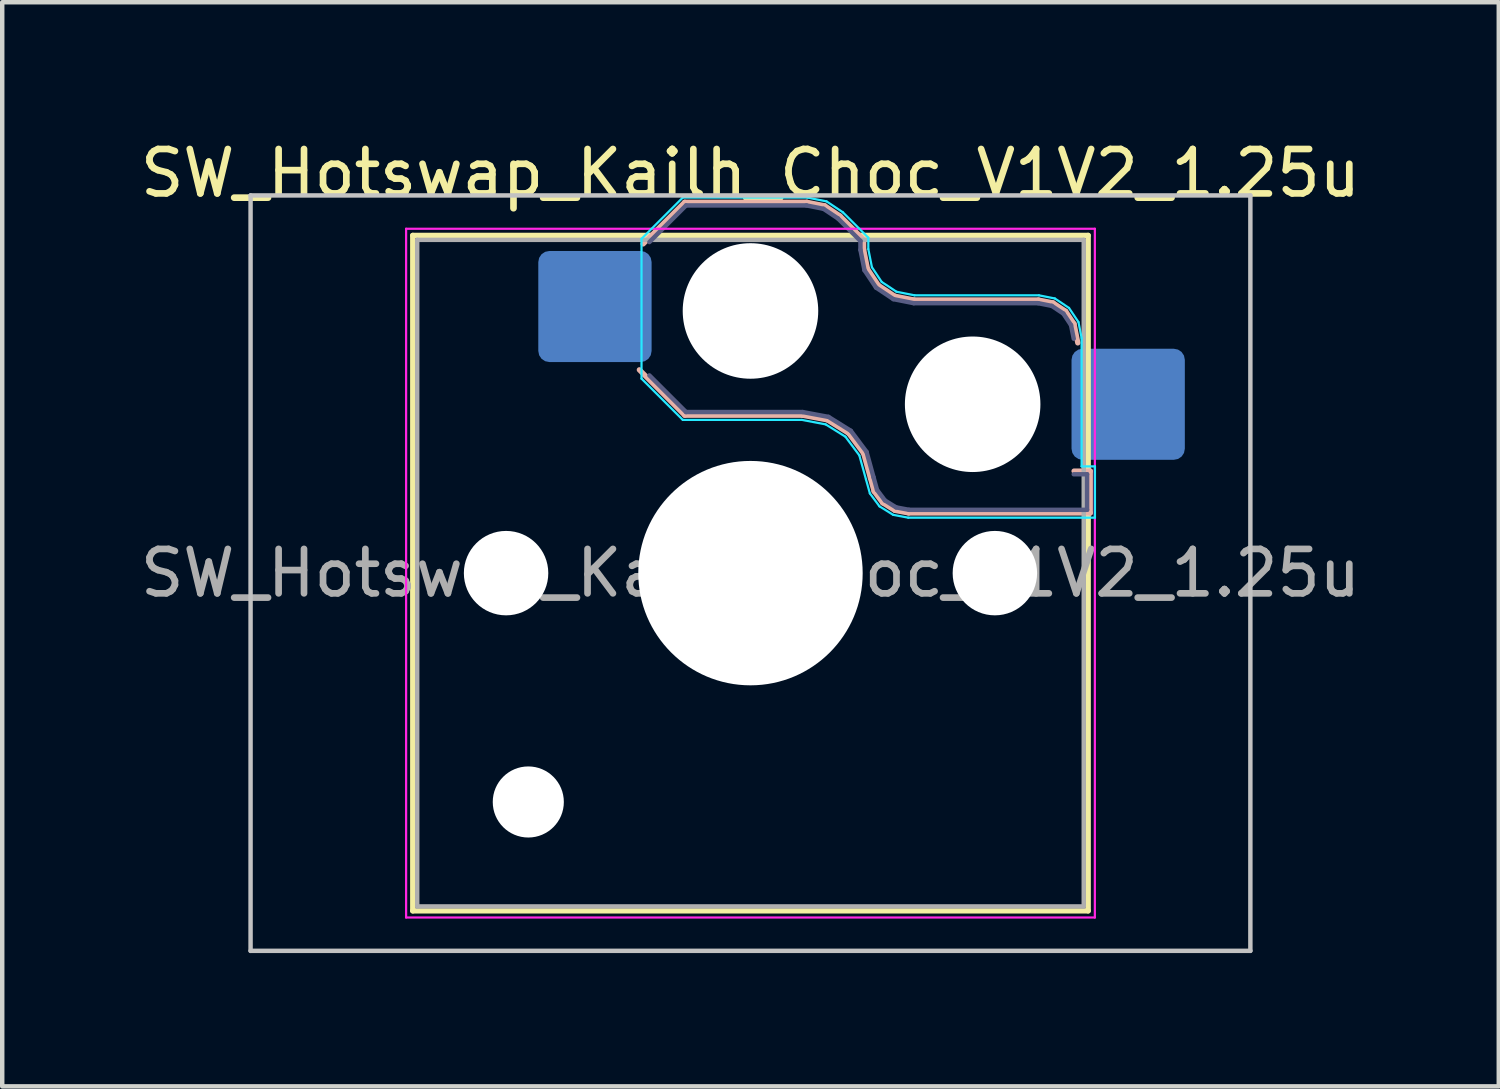
<source format=kicad_pcb>
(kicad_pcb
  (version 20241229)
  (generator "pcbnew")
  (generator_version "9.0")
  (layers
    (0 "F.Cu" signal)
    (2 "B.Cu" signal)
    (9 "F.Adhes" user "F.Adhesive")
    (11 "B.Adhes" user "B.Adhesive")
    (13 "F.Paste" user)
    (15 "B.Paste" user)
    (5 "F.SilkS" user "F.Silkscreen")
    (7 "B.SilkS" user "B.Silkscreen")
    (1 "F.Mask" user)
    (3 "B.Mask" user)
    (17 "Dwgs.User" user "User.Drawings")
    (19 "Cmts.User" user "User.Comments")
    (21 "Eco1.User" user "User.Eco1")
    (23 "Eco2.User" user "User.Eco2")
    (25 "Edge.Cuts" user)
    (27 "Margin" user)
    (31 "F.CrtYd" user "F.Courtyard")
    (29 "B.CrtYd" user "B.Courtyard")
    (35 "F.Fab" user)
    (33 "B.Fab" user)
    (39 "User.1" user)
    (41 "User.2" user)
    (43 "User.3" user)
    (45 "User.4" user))
  (footprint "SW_Hotswap_Kailh_Choc_V1V2_1.25u"
    (layer "F.Cu")
    (at 13.839 9.848)
    (property "Reference" "SW_Hotswap_Kailh_Choc_V1V2_1.25u" (at 0 -9 0) (layer "F.SilkS") (effects (font (size 1 1) (thickness 0.15))))
    (attr smd)
    (fp_line (start -7.6 -7.6) (end -7.6 7.6) (stroke (width 0.12) (type solid)) (layer "F.SilkS"))
    (fp_line (start -7.6 7.6) (end 7.6 7.6) (stroke (width 0.12) (type solid)) (layer "F.SilkS"))
    (fp_line (start 7.6 -7.6) (end -7.6 -7.6) (stroke (width 0.12) (type solid)) (layer "F.SilkS"))
    (fp_line (start 7.6 7.6) (end 7.6 -7.6) (stroke (width 0.12) (type solid)) (layer "F.SilkS"))
    (fp_line (start -2.416 -7.409) (end -1.479 -8.346) (stroke (width 0.12) (type solid)) (layer "B.SilkS"))
    (fp_line (start -1.479 -8.346) (end 1.268 -8.346) (stroke (width 0.12) (type solid)) (layer "B.SilkS"))
    (fp_line (start -1.479 -3.554) (end -2.5 -4.575) (stroke (width 0.12) (type solid)) (layer "B.SilkS"))
    (fp_line (start 1.168 -3.554) (end -1.479 -3.554) (stroke (width 0.12) (type solid)) (layer "B.SilkS"))
    (fp_line (start 1.268 -8.346) (end 1.671 -8.266) (stroke (width 0.12) (type solid)) (layer "B.SilkS"))
    (fp_line (start 1.671 -8.266) (end 2.013 -8.037) (stroke (width 0.12) (type solid)) (layer "B.SilkS"))
    (fp_line (start 1.73 -3.449) (end 1.168 -3.554) (stroke (width 0.12) (type solid)) (layer "B.SilkS"))
    (fp_line (start 2.013 -8.037) (end 2.546 -7.504) (stroke (width 0.12) (type solid)) (layer "B.SilkS"))
    (fp_line (start 2.209 -3.15) (end 1.73 -3.449) (stroke (width 0.12) (type solid)) (layer "B.SilkS"))
    (fp_line (start 2.546 -7.504) (end 2.546 -7.282) (stroke (width 0.12) (type solid)) (layer "B.SilkS"))
    (fp_line (start 2.546 -7.282) (end 2.633 -6.844) (stroke (width 0.12) (type solid)) (layer "B.SilkS"))
    (fp_line (start 2.547 -2.697) (end 2.209 -3.15) (stroke (width 0.12) (type solid)) (layer "B.SilkS"))
    (fp_line (start 2.633 -6.844) (end 2.877 -6.477) (stroke (width 0.12) (type solid)) (layer "B.SilkS"))
    (fp_line (start 2.701 -2.139) (end 2.547 -2.697) (stroke (width 0.12) (type solid)) (layer "B.SilkS"))
    (fp_line (start 2.783 -1.841) (end 2.701 -2.139) (stroke (width 0.12) (type solid)) (layer "B.SilkS"))
    (fp_line (start 2.877 -6.477) (end 3.244 -6.233) (stroke (width 0.12) (type solid)) (layer "B.SilkS"))
    (fp_line (start 2.976 -1.583) (end 2.783 -1.841) (stroke (width 0.12) (type solid)) (layer "B.SilkS"))
    (fp_line (start 3.244 -6.233) (end 3.682 -6.146) (stroke (width 0.12) (type solid)) (layer "B.SilkS"))
    (fp_line (start 3.25 -1.413) (end 2.976 -1.583) (stroke (width 0.12) (type solid)) (layer "B.SilkS"))
    (fp_line (start 3.56 -1.354) (end 3.25 -1.413) (stroke (width 0.12) (type solid)) (layer "B.SilkS"))
    (fp_line (start 3.682 -6.146) (end 6.482 -6.146) (stroke (width 0.12) (type solid)) (layer "B.SilkS"))
    (fp_line (start 6.482 -6.146) (end 6.809 -6.081) (stroke (width 0.12) (type solid)) (layer "B.SilkS"))
    (fp_line (start 6.809 -6.081) (end 7.092 -5.892) (stroke (width 0.12) (type solid)) (layer "B.SilkS"))
    (fp_line (start 7.092 -5.892) (end 7.281 -5.609) (stroke (width 0.12) (type solid)) (layer "B.SilkS"))
    (fp_line (start 7.281 -5.609) (end 7.366 -5.182) (stroke (width 0.12) (type solid)) (layer "B.SilkS"))
    (fp_line (start 7.283 -2.296) (end 7.646 -2.296) (stroke (width 0.12) (type solid)) (layer "B.SilkS"))
    (fp_line (start 7.646 -2.296) (end 7.646 -1.354) (stroke (width 0.12) (type solid)) (layer "B.SilkS"))
    (fp_line (start 7.646 -1.354) (end 3.56 -1.354) (stroke (width 0.12) (type solid)) (layer "B.SilkS"))
    (fp_line (start -11.25 -8.5) (end -11.25 8.5) (stroke (width 0.1) (type solid)) (layer "Dwgs.User"))
    (fp_line (start -11.25 8.5) (end 11.25 8.5) (stroke (width 0.1) (type solid)) (layer "Dwgs.User"))
    (fp_line (start 11.25 -8.5) (end -11.25 -8.5) (stroke (width 0.1) (type solid)) (layer "Dwgs.User"))
    (fp_line (start 11.25 8.5) (end 11.25 -8.5) (stroke (width 0.1) (type solid)) (layer "Dwgs.User"))
    (fp_line (start -7.25 -7.25) (end -7.25 7.25) (stroke (width 0.1) (type solid)) (layer "Eco1.User"))
    (fp_line (start -7.25 7.25) (end 7.25 7.25) (stroke (width 0.1) (type solid)) (layer "Eco1.User"))
    (fp_line (start 7.25 -7.25) (end -7.25 -7.25) (stroke (width 0.1) (type solid)) (layer "Eco1.User"))
    (fp_line (start 7.25 7.25) (end 7.25 -7.25) (stroke (width 0.1) (type solid)) (layer "Eco1.User"))
    (fp_line (start -2.452 -7.523) (end -1.523 -8.452) (stroke (width 0.05) (type solid)) (layer "B.CrtYd"))
    (fp_line (start -2.452 -4.377) (end -2.452 -7.523) (stroke (width 0.05) (type solid)) (layer "B.CrtYd"))
    (fp_line (start -1.523 -8.452) (end 1.278 -8.452) (stroke (width 0.05) (type solid)) (layer "B.CrtYd"))
    (fp_line (start -1.523 -3.448) (end -2.452 -4.377) (stroke (width 0.05) (type solid)) (layer "B.CrtYd"))
    (fp_line (start 1.159 -3.448) (end -1.523 -3.448) (stroke (width 0.05) (type solid)) (layer "B.CrtYd"))
    (fp_line (start 1.278 -8.452) (end 1.712 -8.366) (stroke (width 0.05) (type solid)) (layer "B.CrtYd"))
    (fp_line (start 1.691 -3.348) (end 1.159 -3.448) (stroke (width 0.05) (type solid)) (layer "B.CrtYd"))
    (fp_line (start 1.712 -8.366) (end 2.081 -8.119) (stroke (width 0.05) (type solid)) (layer "B.CrtYd"))
    (fp_line (start 2.081 -8.119) (end 2.652 -7.548) (stroke (width 0.05) (type solid)) (layer "B.CrtYd"))
    (fp_line (start 2.136 -3.071) (end 1.691 -3.348) (stroke (width 0.05) (type solid)) (layer "B.CrtYd"))
    (fp_line (start 2.45 -2.65) (end 2.136 -3.071) (stroke (width 0.05) (type solid)) (layer "B.CrtYd"))
    (fp_line (start 2.599 -2.111) (end 2.45 -2.65) (stroke (width 0.05) (type solid)) (layer "B.CrtYd"))
    (fp_line (start 2.652 -7.548) (end 2.652 -7.292) (stroke (width 0.05) (type solid)) (layer "B.CrtYd"))
    (fp_line (start 2.652 -7.292) (end 2.733 -6.885) (stroke (width 0.05) (type solid)) (layer "B.CrtYd"))
    (fp_line (start 2.687 -1.794) (end 2.599 -2.111) (stroke (width 0.05) (type solid)) (layer "B.CrtYd"))
    (fp_line (start 2.733 -6.885) (end 2.953 -6.553) (stroke (width 0.05) (type solid)) (layer "B.CrtYd"))
    (fp_line (start 2.903 -1.503) (end 2.687 -1.794) (stroke (width 0.05) (type solid)) (layer "B.CrtYd"))
    (fp_line (start 2.953 -6.553) (end 3.285 -6.333) (stroke (width 0.05) (type solid)) (layer "B.CrtYd"))
    (fp_line (start 3.211 -1.312) (end 2.903 -1.503) (stroke (width 0.05) (type solid)) (layer "B.CrtYd"))
    (fp_line (start 3.285 -6.333) (end 3.692 -6.252) (stroke (width 0.05) (type solid)) (layer "B.CrtYd"))
    (fp_line (start 3.55 -1.248) (end 3.211 -1.312) (stroke (width 0.05) (type solid)) (layer "B.CrtYd"))
    (fp_line (start 3.692 -6.252) (end 6.492 -6.252) (stroke (width 0.05) (type solid)) (layer "B.CrtYd"))
    (fp_line (start 6.492 -6.252) (end 6.85 -6.181) (stroke (width 0.05) (type solid)) (layer "B.CrtYd"))
    (fp_line (start 6.85 -6.181) (end 7.168 -5.968) (stroke (width 0.05) (type solid)) (layer "B.CrtYd"))
    (fp_line (start 7.168 -5.968) (end 7.381 -5.65) (stroke (width 0.05) (type solid)) (layer "B.CrtYd"))
    (fp_line (start 7.381 -5.65) (end 7.452 -5.292) (stroke (width 0.05) (type solid)) (layer "B.CrtYd"))
    (fp_line (start 7.452 -5.292) (end 7.452 -2.402) (stroke (width 0.05) (type solid)) (layer "B.CrtYd"))
    (fp_line (start 7.452 -2.402) (end 7.752 -2.402) (stroke (width 0.05) (type solid)) (layer "B.CrtYd"))
    (fp_line (start 7.752 -2.402) (end 7.752 -1.248) (stroke (width 0.05) (type solid)) (layer "B.CrtYd"))
    (fp_line (start 7.752 -1.248) (end 3.55 -1.248) (stroke (width 0.05) (type solid)) (layer "B.CrtYd"))
    (fp_line (start -7.75 -7.75) (end -7.75 7.75) (stroke (width 0.05) (type solid)) (layer "F.CrtYd"))
    (fp_line (start -7.75 7.75) (end 7.75 7.75) (stroke (width 0.05) (type solid)) (layer "F.CrtYd"))
    (fp_line (start 7.75 -7.75) (end -7.75 -7.75) (stroke (width 0.05) (type solid)) (layer "F.CrtYd"))
    (fp_line (start 7.75 7.75) (end 7.75 -7.75) (stroke (width 0.05) (type solid)) (layer "F.CrtYd"))
    (fp_line (start -2.275 -7.45) (end -1.45 -8.275) (stroke (width 0.1) (type solid)) (layer "B.Fab"))
    (fp_line (start -1.45 -8.275) (end 1.261 -8.275) (stroke (width 0.1) (type solid)) (layer "B.Fab"))
    (fp_line (start -1.45 -3.625) (end -2.275 -4.45) (stroke (width 0.1) (type solid)) (layer "B.Fab"))
    (fp_line (start 1.175 -3.625) (end -1.45 -3.625) (stroke (width 0.1) (type solid)) (layer "B.Fab"))
    (fp_line (start 1.261 -8.275) (end 1.643 -8.199) (stroke (width 0.1) (type solid)) (layer "B.Fab"))
    (fp_line (start 1.643 -8.199) (end 1.968 -7.982) (stroke (width 0.1) (type solid)) (layer "B.Fab"))
    (fp_line (start 1.756 -3.516) (end 1.175 -3.625) (stroke (width 0.1) (type solid)) (layer "B.Fab"))
    (fp_line (start 1.968 -7.982) (end 2.475 -7.475) (stroke (width 0.1) (type solid)) (layer "B.Fab"))
    (fp_line (start 2.258 -3.203) (end 1.756 -3.516) (stroke (width 0.1) (type solid)) (layer "B.Fab"))
    (fp_line (start 2.475 -7.475) (end 2.475 -7.275) (stroke (width 0.1) (type solid)) (layer "B.Fab"))
    (fp_line (start 2.475 -7.275) (end 2.566 -6.816) (stroke (width 0.1) (type solid)) (layer "B.Fab"))
    (fp_line (start 2.566 -6.816) (end 2.826 -6.426) (stroke (width 0.1) (type solid)) (layer "B.Fab"))
    (fp_line (start 2.612 -2.729) (end 2.258 -3.203) (stroke (width 0.1) (type solid)) (layer "B.Fab"))
    (fp_line (start 2.769 -2.158) (end 2.612 -2.729) (stroke (width 0.1) (type solid)) (layer "B.Fab"))
    (fp_line (start 2.826 -6.426) (end 3.216 -6.166) (stroke (width 0.1) (type solid)) (layer "B.Fab"))
    (fp_line (start 2.848 -1.873) (end 2.769 -2.158) (stroke (width 0.1) (type solid)) (layer "B.Fab"))
    (fp_line (start 3.025 -1.636) (end 2.848 -1.873) (stroke (width 0.1) (type solid)) (layer "B.Fab"))
    (fp_line (start 3.216 -6.166) (end 3.675 -6.075) (stroke (width 0.1) (type solid)) (layer "B.Fab"))
    (fp_line (start 3.276 -1.48) (end 3.025 -1.636) (stroke (width 0.1) (type solid)) (layer "B.Fab"))
    (fp_line (start 3.567 -1.425) (end 3.276 -1.48) (stroke (width 0.1) (type solid)) (layer "B.Fab"))
    (fp_line (start 3.675 -6.075) (end 6.475 -6.075) (stroke (width 0.1) (type solid)) (layer "B.Fab"))
    (fp_line (start 6.475 -6.075) (end 6.781 -6.014) (stroke (width 0.1) (type solid)) (layer "B.Fab"))
    (fp_line (start 6.781 -6.014) (end 7.041 -5.841) (stroke (width 0.1) (type solid)) (layer "B.Fab"))
    (fp_line (start 7.041 -5.841) (end 7.214 -5.581) (stroke (width 0.1) (type solid)) (layer "B.Fab"))
    (fp_line (start 7.214 -5.581) (end 7.275 -5.275) (stroke (width 0.1) (type solid)) (layer "B.Fab"))
    (fp_line (start 7.275 -2.225) (end 7.575 -2.225) (stroke (width 0.1) (type solid)) (layer "B.Fab"))
    (fp_line (start 7.575 -2.225) (end 7.575 -1.425) (stroke (width 0.1) (type solid)) (layer "B.Fab"))
    (fp_line (start 7.575 -1.425) (end 3.567 -1.425) (stroke (width 0.1) (type solid)) (layer "B.Fab"))
    (fp_line (start -7.5 -7.5) (end -7.5 7.5) (stroke (width 0.1) (type solid)) (layer "F.Fab"))
    (fp_line (start -7.5 7.5) (end 7.5 7.5) (stroke (width 0.1) (type solid)) (layer "F.Fab"))
    (fp_line (start 7.5 -7.5) (end -7.5 -7.5) (stroke (width 0.1) (type solid)) (layer "F.Fab"))
    (fp_line (start 7.5 7.5) (end 7.5 -7.5) (stroke (width 0.1) (type solid)) (layer "F.Fab"))
    (fp_text user "${REFERENCE}" (at 0 0 0) (layer "F.Fab") (effects (font (size 1 1) (thickness 0.15))))
    (pad "" np_thru_hole circle (at -5.5 0) (size 1.9 1.9) (drill 1.9) (layers "*.Cu" "*.Mask"))
    (pad "" np_thru_hole circle (at -5 5.15) (size 1.6 1.6) (drill 1.6) (layers "*.Cu" "*.Mask"))
    (pad "" np_thru_hole circle (at 0 -5.9) (size 3.05 3.05) (drill 3.05) (layers "*.Cu" "*.Mask"))
    (pad "" np_thru_hole circle (at 0 0) (size 5.05 5.05) (drill 5.05) (layers "*.Cu" "*.Mask"))
    (pad "" np_thru_hole circle (at 5 -3.8) (size 3.05 3.05) (drill 3.05) (layers "*.Cu" "*.Mask"))
    (pad "" np_thru_hole circle (at 5.5 0) (size 1.9 1.9) (drill 1.9) (layers "*.Cu" "*.Mask"))
    (pad "1" smd roundrect (at -3.5 -6) (size 2.55 2.5) (layers "B.Cu" "B.Mask" "B.Paste") (roundrect_rratio 0.1))
    (pad "2" smd roundrect (at 8.5 -3.8) (size 2.55 2.5) (layers "B.Cu" "B.Mask" "B.Paste") (roundrect_rratio 0.1)))
  (gr_rect
    (start -3 -3)
    (end 30.679 21.398)
    (stroke (width 0.1) (type default))
    (fill no)
    (layer "Edge.Cuts")))
</source>
